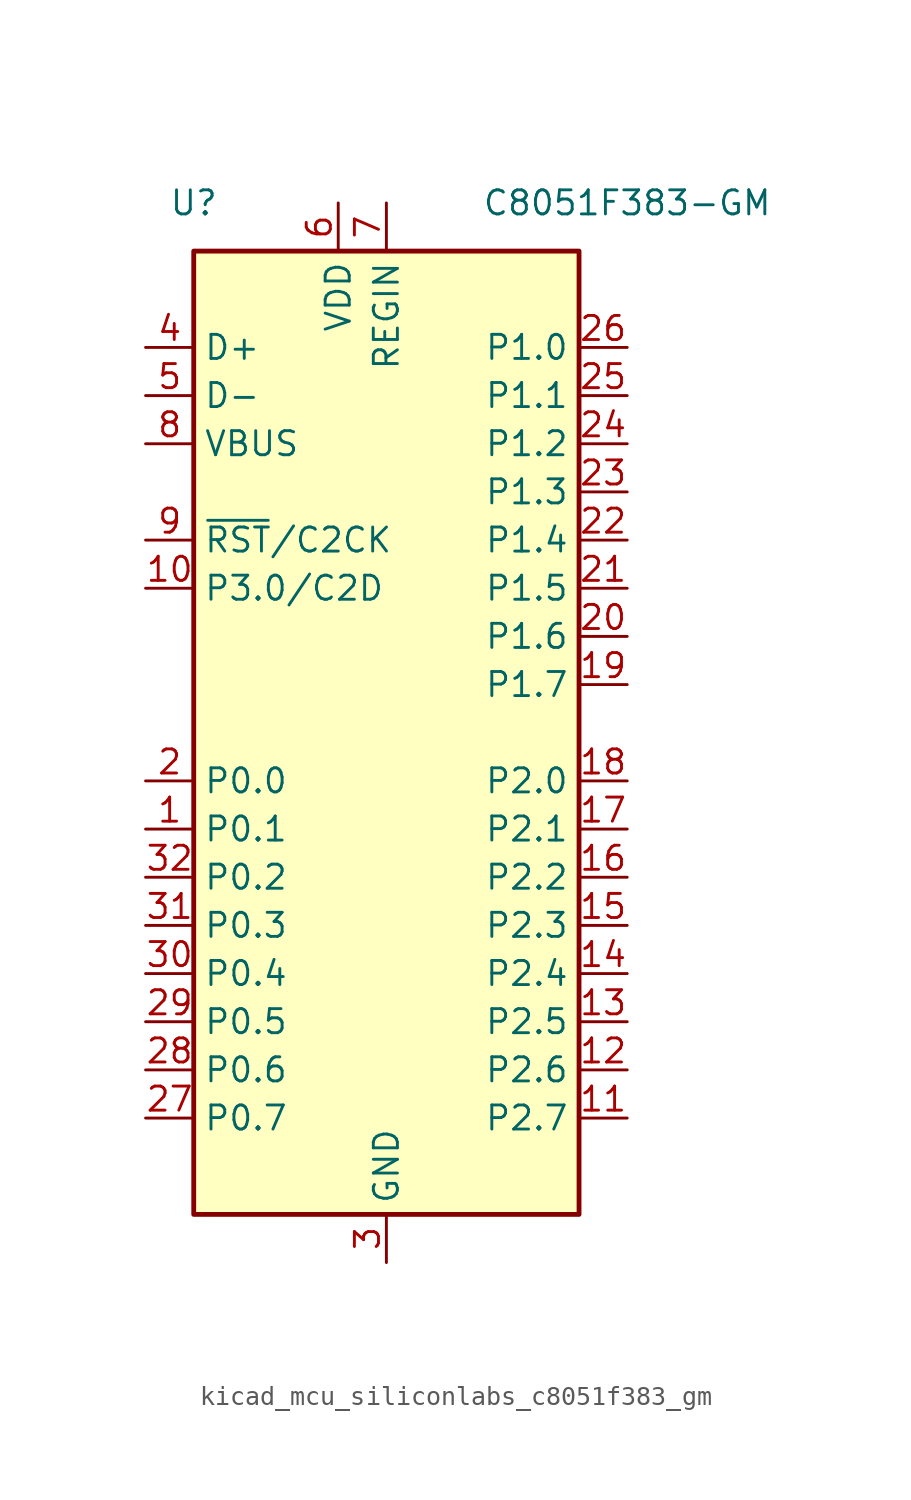
<source format=kicad_sym>
(kicad_symbol_lib
  (version 20220914)
  (generator kicad_symbol_editor)
  (symbol "kicad_mcu_siliconlabs_c8051f383_gm"
    (property "Reference" "U"
      (at -10.16 27.94 0)
      (effects (font (size 1.27 1.27))))
    (property "Value" "C8051F383-GM"
      (at 12.7 27.94 0)
      (effects (font (size 1.27 1.27))))
    (symbol "kicad_mcu_siliconlabs_c8051f383_gm_0_1"
      (rectangle (start -10.16 25.4) (end 10.16 -25.4) (stroke (width 0.254) (type default)) (fill (type background))))
    (symbol "kicad_mcu_siliconlabs_c8051f383_gm_1_1"
      (pin bidirectional line (at -12.7 -5.08 0) (length 2.54) (name "P0.1" (effects (font (size 1.27 1.27)))) (number "1" (effects (font (size 1.27 1.27)))))
      (pin bidirectional line (at -12.7 7.62 0) (length 2.54) (name "P3.0/C2D" (effects (font (size 1.27 1.27)))) (number "10" (effects (font (size 1.27 1.27)))))
      (pin bidirectional line (at 12.7 -20.32 180) (length 2.54) (name "P2.7" (effects (font (size 1.27 1.27)))) (number "11" (effects (font (size 1.27 1.27)))))
      (pin bidirectional line (at 12.7 -17.78 180) (length 2.54) (name "P2.6" (effects (font (size 1.27 1.27)))) (number "12" (effects (font (size 1.27 1.27)))))
      (pin bidirectional line (at 12.7 -15.24 180) (length 2.54) (name "P2.5" (effects (font (size 1.27 1.27)))) (number "13" (effects (font (size 1.27 1.27)))))
      (pin bidirectional line (at 12.7 -12.7 180) (length 2.54) (name "P2.4" (effects (font (size 1.27 1.27)))) (number "14" (effects (font (size 1.27 1.27)))))
      (pin bidirectional line (at 12.7 -10.16 180) (length 2.54) (name "P2.3" (effects (font (size 1.27 1.27)))) (number "15" (effects (font (size 1.27 1.27)))))
      (pin bidirectional line (at 12.7 -7.62 180) (length 2.54) (name "P2.2" (effects (font (size 1.27 1.27)))) (number "16" (effects (font (size 1.27 1.27)))))
      (pin bidirectional line (at 12.7 -5.08 180) (length 2.54) (name "P2.1" (effects (font (size 1.27 1.27)))) (number "17" (effects (font (size 1.27 1.27)))))
      (pin bidirectional line (at 12.7 -2.54 180) (length 2.54) (name "P2.0" (effects (font (size 1.27 1.27)))) (number "18" (effects (font (size 1.27 1.27)))))
      (pin bidirectional line (at 12.7 2.54 180) (length 2.54) (name "P1.7" (effects (font (size 1.27 1.27)))) (number "19" (effects (font (size 1.27 1.27)))))
      (pin bidirectional line (at -12.7 -2.54 0) (length 2.54) (name "P0.0" (effects (font (size 1.27 1.27)))) (number "2" (effects (font (size 1.27 1.27)))))
      (pin bidirectional line (at 12.7 5.08 180) (length 2.54) (name "P1.6" (effects (font (size 1.27 1.27)))) (number "20" (effects (font (size 1.27 1.27)))))
      (pin bidirectional line (at 12.7 7.62 180) (length 2.54) (name "P1.5" (effects (font (size 1.27 1.27)))) (number "21" (effects (font (size 1.27 1.27)))))
      (pin bidirectional line (at 12.7 10.16 180) (length 2.54) (name "P1.4" (effects (font (size 1.27 1.27)))) (number "22" (effects (font (size 1.27 1.27)))))
      (pin bidirectional line (at 12.7 12.7 180) (length 2.54) (name "P1.3" (effects (font (size 1.27 1.27)))) (number "23" (effects (font (size 1.27 1.27)))))
      (pin bidirectional line (at 12.7 15.24 180) (length 2.54) (name "P1.2" (effects (font (size 1.27 1.27)))) (number "24" (effects (font (size 1.27 1.27)))))
      (pin bidirectional line (at 12.7 17.78 180) (length 2.54) (name "P1.1" (effects (font (size 1.27 1.27)))) (number "25" (effects (font (size 1.27 1.27)))))
      (pin bidirectional line (at 12.7 20.32 180) (length 2.54) (name "P1.0" (effects (font (size 1.27 1.27)))) (number "26" (effects (font (size 1.27 1.27)))))
      (pin bidirectional line (at -12.7 -20.32 0) (length 2.54) (name "P0.7" (effects (font (size 1.27 1.27)))) (number "27" (effects (font (size 1.27 1.27)))))
      (pin bidirectional line (at -12.7 -17.78 0) (length 2.54) (name "P0.6" (effects (font (size 1.27 1.27)))) (number "28" (effects (font (size 1.27 1.27)))))
      (pin bidirectional line (at -12.7 -15.24 0) (length 2.54) (name "P0.5" (effects (font (size 1.27 1.27)))) (number "29" (effects (font (size 1.27 1.27)))))
      (pin power_in line (at 0 -27.94 90) (length 2.54) (name "GND" (effects (font (size 1.27 1.27)))) (number "3" (effects (font (size 1.27 1.27)))))
      (pin bidirectional line (at -12.7 -12.7 0) (length 2.54) (name "P0.4" (effects (font (size 1.27 1.27)))) (number "30" (effects (font (size 1.27 1.27)))))
      (pin bidirectional line (at -12.7 -10.16 0) (length 2.54) (name "P0.3" (effects (font (size 1.27 1.27)))) (number "31" (effects (font (size 1.27 1.27)))))
      (pin bidirectional line (at -12.7 -7.62 0) (length 2.54) (name "P0.2" (effects (font (size 1.27 1.27)))) (number "32" (effects (font (size 1.27 1.27)))))
      (pin passive line (at 0 -27.94 90) (length 2.54) hide (name "GND" (effects (font (size 1.27 1.27)))) (number "33" (effects (font (size 1.27 1.27)))))
      (pin bidirectional line (at -12.7 20.32 0) (length 2.54) (name "D+" (effects (font (size 1.27 1.27)))) (number "4" (effects (font (size 1.27 1.27)))))
      (pin bidirectional line (at -12.7 17.78 0) (length 2.54) (name "D-" (effects (font (size 1.27 1.27)))) (number "5" (effects (font (size 1.27 1.27)))))
      (pin power_in line (at -2.54 27.94 270) (length 2.54) (name "VDD" (effects (font (size 1.27 1.27)))) (number "6" (effects (font (size 1.27 1.27)))))
      (pin power_in line (at 0 27.94 270) (length 2.54) (name "REGIN" (effects (font (size 1.27 1.27)))) (number "7" (effects (font (size 1.27 1.27)))))
      (pin input line (at -12.7 15.24 0) (length 2.54) (name "VBUS" (effects (font (size 1.27 1.27)))) (number "8" (effects (font (size 1.27 1.27)))))
      (pin input line (at -12.7 10.16 0) (length 2.54) (name "~{RST}/C2CK" (effects (font (size 1.27 1.27)))) (number "9" (effects (font (size 1.27 1.27))))))))
</source>
